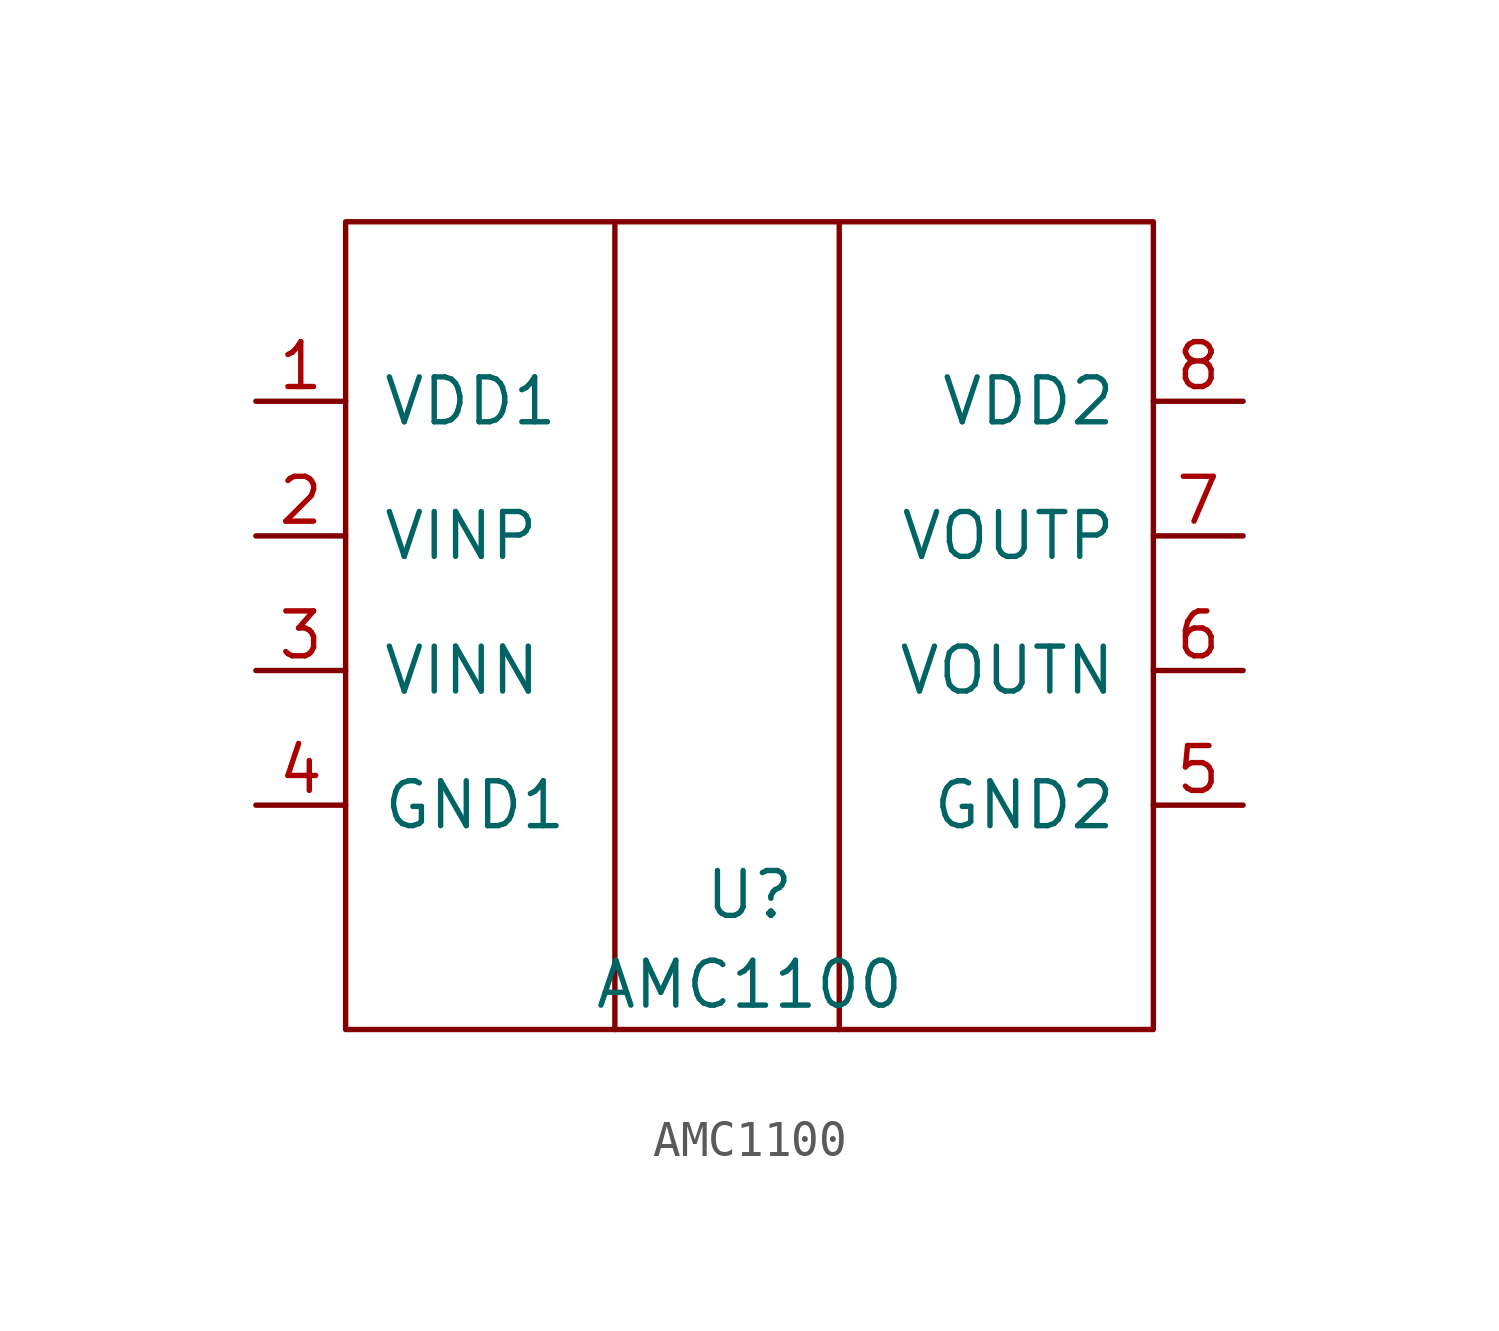
<source format=kicad_sym>
(kicad_symbol_lib
  (version 20220914)
  (generator kicad_symbol_editor)
  (symbol "AMC1100"
    (pin_names
      (offset 1.016))
    (property "Reference" "U"
      (at 0 -6.35 0)
      (effects (font (size 1.27 1.27))))
    (property "Value" "AMC1100"
      (at 0 -8.89 0)
      (effects (font (size 1.27 1.27))))
    (symbol "AMC1100_0_1"
      (rectangle (start -11.43 12.7) (end 11.43 -10.16) (stroke (width 0) (type default)) (fill (type none)))
      (polyline (pts (xy -3.81 12.7) (xy -3.81 -10.16)) (stroke (width 0) (type default)) (fill (type none)))
      (polyline (pts (xy 2.54 12.7) (xy 2.54 -10.16)) (stroke (width 0) (type default)) (fill (type none))))
    (symbol "AMC1100_1_1"
      (pin power_in line (at -13.97 7.62 0) (length 2.54) (name "VDD1" (effects (font (size 1.27 1.27)))) (number "1" (effects (font (size 1.27 1.27)))))
      (pin input line (at -13.97 3.81 0) (length 2.54) (name "VINP" (effects (font (size 1.27 1.27)))) (number "2" (effects (font (size 1.27 1.27)))))
      (pin input line (at -13.97 0 0) (length 2.54) (name "VINN" (effects (font (size 1.27 1.27)))) (number "3" (effects (font (size 1.27 1.27)))))
      (pin power_in line (at -13.97 -3.81 0) (length 2.54) (name "GND1" (effects (font (size 1.27 1.27)))) (number "4" (effects (font (size 1.27 1.27)))))
      (pin power_in line (at 13.97 -3.81 180) (length 2.54) (name "GND2" (effects (font (size 1.27 1.27)))) (number "5" (effects (font (size 1.27 1.27)))))
      (pin output line (at 13.97 0 180) (length 2.54) (name "VOUTN" (effects (font (size 1.27 1.27)))) (number "6" (effects (font (size 1.27 1.27)))))
      (pin output line (at 13.97 3.81 180) (length 2.54) (name "VOUTP" (effects (font (size 1.27 1.27)))) (number "7" (effects (font (size 1.27 1.27)))))
      (pin power_in line (at 13.97 7.62 180) (length 2.54) (name "VDD2" (effects (font (size 1.27 1.27)))) (number "8" (effects (font (size 1.27 1.27))))))))
</source>
